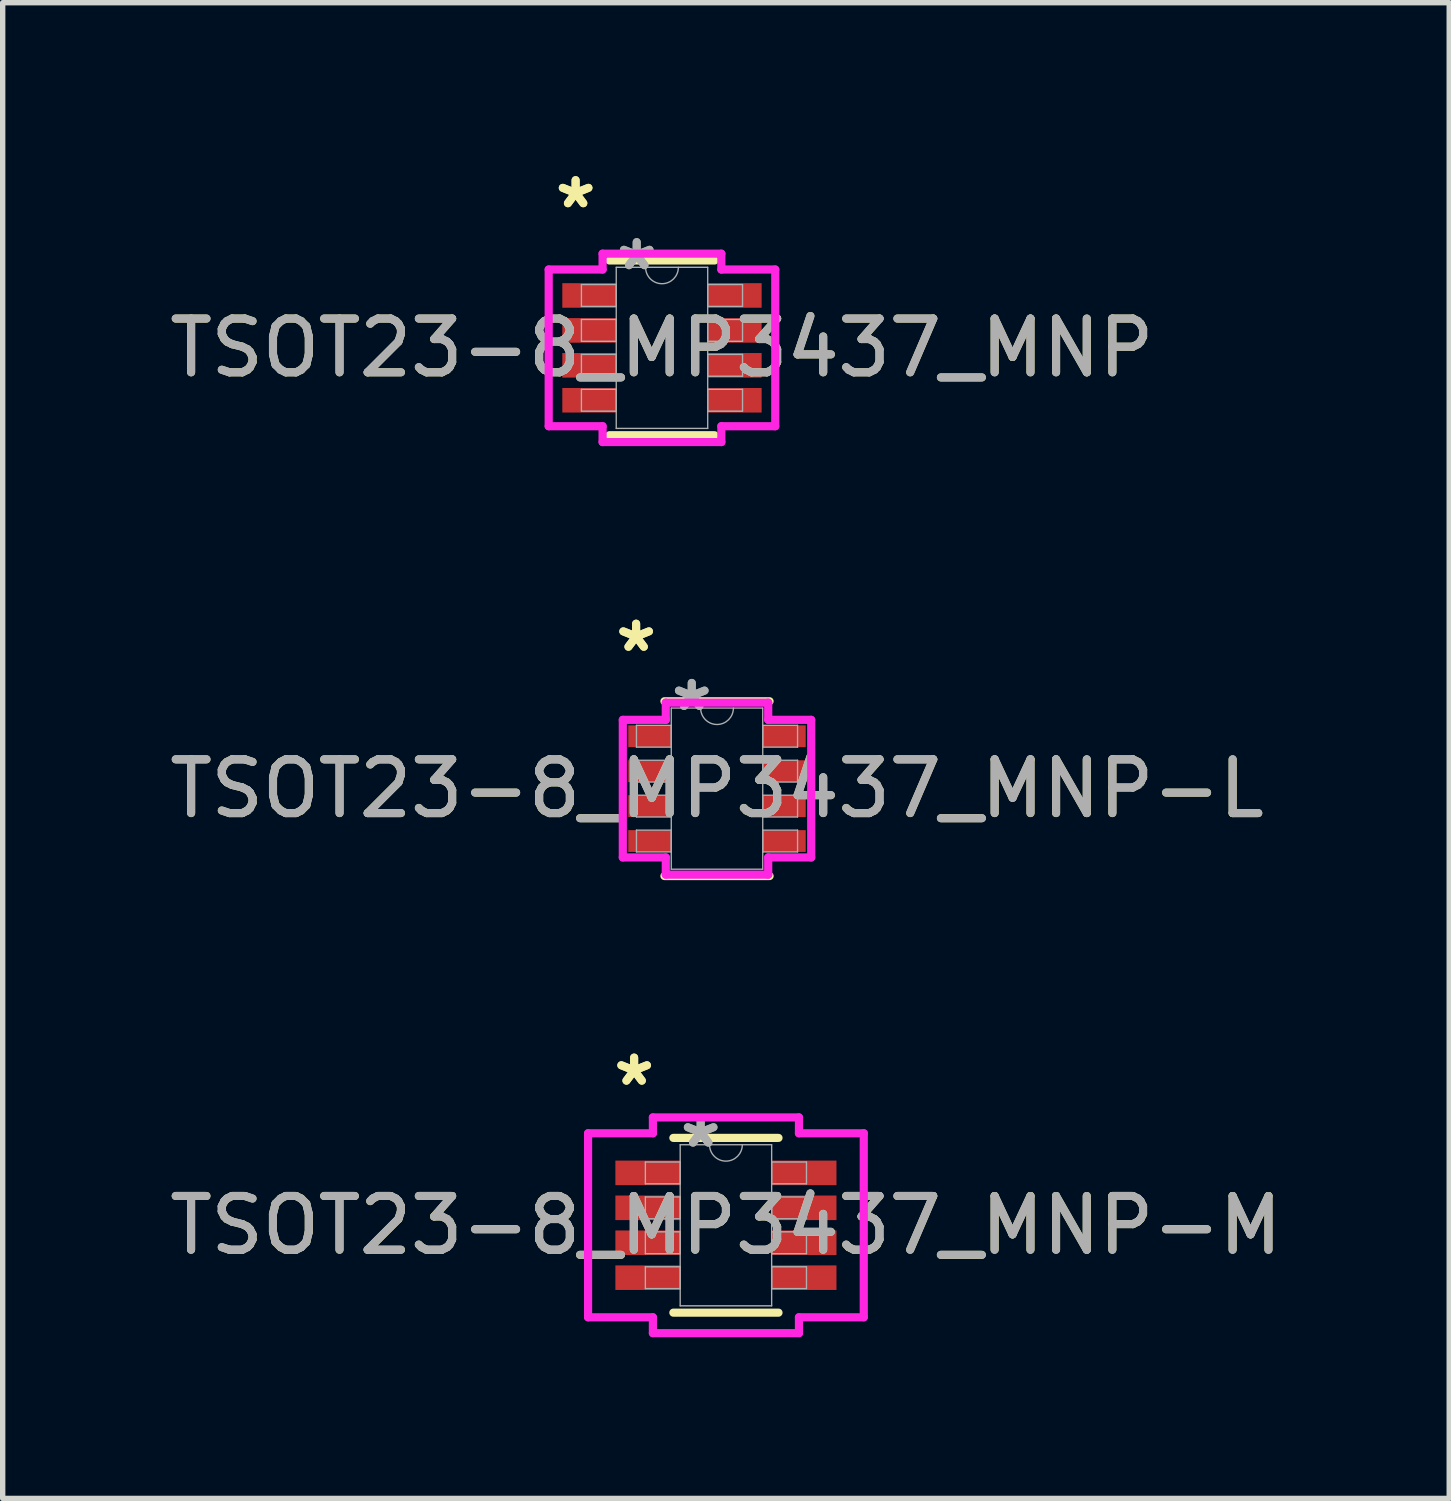
<source format=kicad_pcb>
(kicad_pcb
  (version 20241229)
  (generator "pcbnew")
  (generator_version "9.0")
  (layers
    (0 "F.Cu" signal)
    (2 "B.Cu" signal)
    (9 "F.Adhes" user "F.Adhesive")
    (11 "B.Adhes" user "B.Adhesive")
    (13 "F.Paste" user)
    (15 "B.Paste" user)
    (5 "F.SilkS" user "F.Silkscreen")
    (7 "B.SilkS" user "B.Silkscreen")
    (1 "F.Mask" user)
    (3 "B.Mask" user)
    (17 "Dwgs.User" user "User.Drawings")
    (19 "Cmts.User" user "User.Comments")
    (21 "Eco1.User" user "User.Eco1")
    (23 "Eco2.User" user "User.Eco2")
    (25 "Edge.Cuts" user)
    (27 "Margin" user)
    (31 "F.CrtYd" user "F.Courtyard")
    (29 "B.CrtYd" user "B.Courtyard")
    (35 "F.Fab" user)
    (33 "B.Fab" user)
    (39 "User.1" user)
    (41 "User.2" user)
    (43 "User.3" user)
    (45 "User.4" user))
  (footprint "TSOT23-8_MP3437_MNP-M"
    (layer "F.Cu")
    (at 10.458 19.75)
    (property "Reference" "TSOT23-8_MP3437_MNP-M" (at 0 0 0) (unlocked yes) (layer "F.SilkS") (effects (font (size 1 1) (thickness 0.15))))
    (attr smd)
    (fp_line (start -0.978 1.626) (end 0.978 1.626) (stroke (width 0.152) (type solid)) (layer "F.SilkS"))
    (fp_line (start 0.978 -1.626) (end -0.978 -1.626) (stroke (width 0.152) (type solid)) (layer "F.SilkS"))
    (fp_line (start -2.565 -1.712) (end -1.359 -1.712) (stroke (width 0.152) (type solid)) (layer "F.CrtYd"))
    (fp_line (start -2.565 1.712) (end -2.565 -1.712) (stroke (width 0.152) (type solid)) (layer "F.CrtYd"))
    (fp_line (start -2.565 1.712) (end -1.359 1.712) (stroke (width 0.152) (type solid)) (layer "F.CrtYd"))
    (fp_line (start -1.359 -2.007) (end 1.359 -2.007) (stroke (width 0.152) (type solid)) (layer "F.CrtYd"))
    (fp_line (start -1.359 -1.712) (end -1.359 -2.007) (stroke (width 0.152) (type solid)) (layer "F.CrtYd"))
    (fp_line (start -1.359 2.007) (end -1.359 1.712) (stroke (width 0.152) (type solid)) (layer "F.CrtYd"))
    (fp_line (start 1.359 -2.007) (end 1.359 -1.712) (stroke (width 0.152) (type solid)) (layer "F.CrtYd"))
    (fp_line (start 1.359 1.712) (end 1.359 2.007) (stroke (width 0.152) (type solid)) (layer "F.CrtYd"))
    (fp_line (start 1.359 2.007) (end -1.359 2.007) (stroke (width 0.152) (type solid)) (layer "F.CrtYd"))
    (fp_line (start 2.565 -1.712) (end 1.359 -1.712) (stroke (width 0.152) (type solid)) (layer "F.CrtYd"))
    (fp_line (start 2.565 -1.712) (end 2.565 1.712) (stroke (width 0.152) (type solid)) (layer "F.CrtYd"))
    (fp_line (start 2.565 1.712) (end 1.359 1.712) (stroke (width 0.152) (type solid)) (layer "F.CrtYd"))
    (fp_line (start -1.499 -1.178) (end -1.499 -0.772) (stroke (width 0.025) (type solid)) (layer "F.Fab"))
    (fp_line (start -1.499 -0.772) (end -0.851 -0.772) (stroke (width 0.025) (type solid)) (layer "F.Fab"))
    (fp_line (start -1.499 -0.528) (end -1.499 -0.122) (stroke (width 0.025) (type solid)) (layer "F.Fab"))
    (fp_line (start -1.499 -0.122) (end -0.851 -0.122) (stroke (width 0.025) (type solid)) (layer "F.Fab"))
    (fp_line (start -1.499 0.122) (end -1.499 0.528) (stroke (width 0.025) (type solid)) (layer "F.Fab"))
    (fp_line (start -1.499 0.528) (end -0.851 0.528) (stroke (width 0.025) (type solid)) (layer "F.Fab"))
    (fp_line (start -1.499 0.772) (end -1.499 1.178) (stroke (width 0.025) (type solid)) (layer "F.Fab"))
    (fp_line (start -1.499 1.178) (end -0.851 1.178) (stroke (width 0.025) (type solid)) (layer "F.Fab"))
    (fp_line (start -0.851 -1.499) (end -0.851 1.499) (stroke (width 0.025) (type solid)) (layer "F.Fab"))
    (fp_line (start -0.851 -1.178) (end -1.499 -1.178) (stroke (width 0.025) (type solid)) (layer "F.Fab"))
    (fp_line (start -0.851 -0.772) (end -0.851 -1.178) (stroke (width 0.025) (type solid)) (layer "F.Fab"))
    (fp_line (start -0.851 -0.528) (end -1.499 -0.528) (stroke (width 0.025) (type solid)) (layer "F.Fab"))
    (fp_line (start -0.851 -0.122) (end -0.851 -0.528) (stroke (width 0.025) (type solid)) (layer "F.Fab"))
    (fp_line (start -0.851 0.122) (end -1.499 0.122) (stroke (width 0.025) (type solid)) (layer "F.Fab"))
    (fp_line (start -0.851 0.528) (end -0.851 0.122) (stroke (width 0.025) (type solid)) (layer "F.Fab"))
    (fp_line (start -0.851 0.772) (end -1.499 0.772) (stroke (width 0.025) (type solid)) (layer "F.Fab"))
    (fp_line (start -0.851 1.178) (end -0.851 0.772) (stroke (width 0.025) (type solid)) (layer "F.Fab"))
    (fp_line (start -0.851 1.499) (end 0.851 1.499) (stroke (width 0.025) (type solid)) (layer "F.Fab"))
    (fp_line (start 0.851 -1.499) (end -0.851 -1.499) (stroke (width 0.025) (type solid)) (layer "F.Fab"))
    (fp_line (start 0.851 -1.178) (end 0.851 -0.772) (stroke (width 0.025) (type solid)) (layer "F.Fab"))
    (fp_line (start 0.851 -0.772) (end 1.499 -0.772) (stroke (width 0.025) (type solid)) (layer "F.Fab"))
    (fp_line (start 0.851 -0.528) (end 0.851 -0.122) (stroke (width 0.025) (type solid)) (layer "F.Fab"))
    (fp_line (start 0.851 -0.122) (end 1.499 -0.122) (stroke (width 0.025) (type solid)) (layer "F.Fab"))
    (fp_line (start 0.851 0.122) (end 0.851 0.528) (stroke (width 0.025) (type solid)) (layer "F.Fab"))
    (fp_line (start 0.851 0.528) (end 1.499 0.528) (stroke (width 0.025) (type solid)) (layer "F.Fab"))
    (fp_line (start 0.851 0.772) (end 0.851 1.178) (stroke (width 0.025) (type solid)) (layer "F.Fab"))
    (fp_line (start 0.851 1.178) (end 1.499 1.178) (stroke (width 0.025) (type solid)) (layer "F.Fab"))
    (fp_line (start 0.851 1.499) (end 0.851 -1.499) (stroke (width 0.025) (type solid)) (layer "F.Fab"))
    (fp_line (start 1.499 -1.178) (end 0.851 -1.178) (stroke (width 0.025) (type solid)) (layer "F.Fab"))
    (fp_line (start 1.499 -0.772) (end 1.499 -1.178) (stroke (width 0.025) (type solid)) (layer "F.Fab"))
    (fp_line (start 1.499 -0.528) (end 0.851 -0.528) (stroke (width 0.025) (type solid)) (layer "F.Fab"))
    (fp_line (start 1.499 -0.122) (end 1.499 -0.528) (stroke (width 0.025) (type solid)) (layer "F.Fab"))
    (fp_line (start 1.499 0.122) (end 0.851 0.122) (stroke (width 0.025) (type solid)) (layer "F.Fab"))
    (fp_line (start 1.499 0.528) (end 1.499 0.122) (stroke (width 0.025) (type solid)) (layer "F.Fab"))
    (fp_line (start 1.499 0.772) (end 0.851 0.772) (stroke (width 0.025) (type solid)) (layer "F.Fab"))
    (fp_line (start 1.499 1.178) (end 1.499 0.772) (stroke (width 0.025) (type solid)) (layer "F.Fab"))
    (fp_arc (start 0.3048 -1.4986) (mid 0 -1.1938) (end -0.3048 -1.4986) (stroke (width 0.0254) (type solid)) (layer "F.Fab"))
    (fp_text user "*" (at -1.708 -2.575 0) (unlocked yes) (layer "F.SilkS") (effects (font (size 1 1) (thickness 0.15))))
    (fp_text user "*" (at -1.708 -2.575 0) (layer "F.SilkS") (effects (font (size 1 1) (thickness 0.15))))
    (fp_text user "*" (at -0.47 -1.422 0) (unlocked yes) (layer "F.Fab") (effects (font (size 1 1) (thickness 0.15))))
    (fp_text user "*" (at -0.47 -1.422 0) (layer "F.Fab") (effects (font (size 1 1) (thickness 0.15))))
    (fp_text user "${REFERENCE}" (at 0 0 0) (unlocked yes) (layer "F.Fab") (effects (font (size 1 1) (thickness 0.15))))
    (pad "1" smd rect (at -1.454 -0.975) (size 1.206 0.457) (layers "F.Cu" "F.Mask" "F.Paste"))
    (pad "2" smd rect (at -1.454 -0.325) (size 1.206 0.457) (layers "F.Cu" "F.Mask" "F.Paste"))
    (pad "3" smd rect (at -1.454 0.325) (size 1.206 0.457) (layers "F.Cu" "F.Mask" "F.Paste"))
    (pad "4" smd rect (at -1.454 0.975) (size 1.206 0.457) (layers "F.Cu" "F.Mask" "F.Paste"))
    (pad "5" smd rect (at 1.454 0.975) (size 1.206 0.457) (layers "F.Cu" "F.Mask" "F.Paste"))
    (pad "6" smd rect (at 1.454 0.325) (size 1.206 0.457) (layers "F.Cu" "F.Mask" "F.Paste"))
    (pad "7" smd rect (at 1.454 -0.325) (size 1.206 0.457) (layers "F.Cu" "F.Mask" "F.Paste"))
    (pad "8" smd rect (at 1.454 -0.975) (size 1.206 0.457) (layers "F.Cu" "F.Mask" "F.Paste")))
  (footprint "TSOT23-8_MP3437_MNP"
    (layer "F.Cu")
    (at 9.268 3.423)
    (property "Reference" "TSOT23-8_MP3437_MNP" (at 0 0 0) (unlocked yes) (layer "F.SilkS") (effects (font (size 1 1) (thickness 0.15))))
    (attr smd)
    (fp_line (start -0.978 1.626) (end 0.978 1.626) (stroke (width 0.152) (type solid)) (layer "F.SilkS"))
    (fp_line (start 0.978 -1.626) (end -0.978 -1.626) (stroke (width 0.152) (type solid)) (layer "F.SilkS"))
    (fp_line (start -2.108 -1.458) (end -1.105 -1.458) (stroke (width 0.152) (type solid)) (layer "F.CrtYd"))
    (fp_line (start -2.108 1.458) (end -2.108 -1.458) (stroke (width 0.152) (type solid)) (layer "F.CrtYd"))
    (fp_line (start -2.108 1.458) (end -1.105 1.458) (stroke (width 0.152) (type solid)) (layer "F.CrtYd"))
    (fp_line (start -1.105 -1.753) (end 1.105 -1.753) (stroke (width 0.152) (type solid)) (layer "F.CrtYd"))
    (fp_line (start -1.105 -1.458) (end -1.105 -1.753) (stroke (width 0.152) (type solid)) (layer "F.CrtYd"))
    (fp_line (start -1.105 1.753) (end -1.105 1.458) (stroke (width 0.152) (type solid)) (layer "F.CrtYd"))
    (fp_line (start 1.105 -1.753) (end 1.105 -1.458) (stroke (width 0.152) (type solid)) (layer "F.CrtYd"))
    (fp_line (start 1.105 1.458) (end 1.105 1.753) (stroke (width 0.152) (type solid)) (layer "F.CrtYd"))
    (fp_line (start 1.105 1.753) (end -1.105 1.753) (stroke (width 0.152) (type solid)) (layer "F.CrtYd"))
    (fp_line (start 2.108 -1.458) (end 1.105 -1.458) (stroke (width 0.152) (type solid)) (layer "F.CrtYd"))
    (fp_line (start 2.108 -1.458) (end 2.108 1.458) (stroke (width 0.152) (type solid)) (layer "F.CrtYd"))
    (fp_line (start 2.108 1.458) (end 1.105 1.458) (stroke (width 0.152) (type solid)) (layer "F.CrtYd"))
    (fp_line (start -1.499 -1.178) (end -1.499 -0.772) (stroke (width 0.025) (type solid)) (layer "F.Fab"))
    (fp_line (start -1.499 -0.772) (end -0.851 -0.772) (stroke (width 0.025) (type solid)) (layer "F.Fab"))
    (fp_line (start -1.499 -0.528) (end -1.499 -0.122) (stroke (width 0.025) (type solid)) (layer "F.Fab"))
    (fp_line (start -1.499 -0.122) (end -0.851 -0.122) (stroke (width 0.025) (type solid)) (layer "F.Fab"))
    (fp_line (start -1.499 0.122) (end -1.499 0.528) (stroke (width 0.025) (type solid)) (layer "F.Fab"))
    (fp_line (start -1.499 0.528) (end -0.851 0.528) (stroke (width 0.025) (type solid)) (layer "F.Fab"))
    (fp_line (start -1.499 0.772) (end -1.499 1.178) (stroke (width 0.025) (type solid)) (layer "F.Fab"))
    (fp_line (start -1.499 1.178) (end -0.851 1.178) (stroke (width 0.025) (type solid)) (layer "F.Fab"))
    (fp_line (start -0.851 -1.499) (end -0.851 1.499) (stroke (width 0.025) (type solid)) (layer "F.Fab"))
    (fp_line (start -0.851 -1.178) (end -1.499 -1.178) (stroke (width 0.025) (type solid)) (layer "F.Fab"))
    (fp_line (start -0.851 -0.772) (end -0.851 -1.178) (stroke (width 0.025) (type solid)) (layer "F.Fab"))
    (fp_line (start -0.851 -0.528) (end -1.499 -0.528) (stroke (width 0.025) (type solid)) (layer "F.Fab"))
    (fp_line (start -0.851 -0.122) (end -0.851 -0.528) (stroke (width 0.025) (type solid)) (layer "F.Fab"))
    (fp_line (start -0.851 0.122) (end -1.499 0.122) (stroke (width 0.025) (type solid)) (layer "F.Fab"))
    (fp_line (start -0.851 0.528) (end -0.851 0.122) (stroke (width 0.025) (type solid)) (layer "F.Fab"))
    (fp_line (start -0.851 0.772) (end -1.499 0.772) (stroke (width 0.025) (type solid)) (layer "F.Fab"))
    (fp_line (start -0.851 1.178) (end -0.851 0.772) (stroke (width 0.025) (type solid)) (layer "F.Fab"))
    (fp_line (start -0.851 1.499) (end 0.851 1.499) (stroke (width 0.025) (type solid)) (layer "F.Fab"))
    (fp_line (start 0.851 -1.499) (end -0.851 -1.499) (stroke (width 0.025) (type solid)) (layer "F.Fab"))
    (fp_line (start 0.851 -1.178) (end 0.851 -0.772) (stroke (width 0.025) (type solid)) (layer "F.Fab"))
    (fp_line (start 0.851 -0.772) (end 1.499 -0.772) (stroke (width 0.025) (type solid)) (layer "F.Fab"))
    (fp_line (start 0.851 -0.528) (end 0.851 -0.122) (stroke (width 0.025) (type solid)) (layer "F.Fab"))
    (fp_line (start 0.851 -0.122) (end 1.499 -0.122) (stroke (width 0.025) (type solid)) (layer "F.Fab"))
    (fp_line (start 0.851 0.122) (end 0.851 0.528) (stroke (width 0.025) (type solid)) (layer "F.Fab"))
    (fp_line (start 0.851 0.528) (end 1.499 0.528) (stroke (width 0.025) (type solid)) (layer "F.Fab"))
    (fp_line (start 0.851 0.772) (end 0.851 1.178) (stroke (width 0.025) (type solid)) (layer "F.Fab"))
    (fp_line (start 0.851 1.178) (end 1.499 1.178) (stroke (width 0.025) (type solid)) (layer "F.Fab"))
    (fp_line (start 0.851 1.499) (end 0.851 -1.499) (stroke (width 0.025) (type solid)) (layer "F.Fab"))
    (fp_line (start 1.499 -1.178) (end 0.851 -1.178) (stroke (width 0.025) (type solid)) (layer "F.Fab"))
    (fp_line (start 1.499 -0.772) (end 1.499 -1.178) (stroke (width 0.025) (type solid)) (layer "F.Fab"))
    (fp_line (start 1.499 -0.528) (end 0.851 -0.528) (stroke (width 0.025) (type solid)) (layer "F.Fab"))
    (fp_line (start 1.499 -0.122) (end 1.499 -0.528) (stroke (width 0.025) (type solid)) (layer "F.Fab"))
    (fp_line (start 1.499 0.122) (end 0.851 0.122) (stroke (width 0.025) (type solid)) (layer "F.Fab"))
    (fp_line (start 1.499 0.528) (end 1.499 0.122) (stroke (width 0.025) (type solid)) (layer "F.Fab"))
    (fp_line (start 1.499 0.772) (end 0.851 0.772) (stroke (width 0.025) (type solid)) (layer "F.Fab"))
    (fp_line (start 1.499 1.178) (end 1.499 0.772) (stroke (width 0.025) (type solid)) (layer "F.Fab"))
    (fp_arc (start 0.3048 -1.4986) (mid 0 -1.1938) (end -0.3048 -1.4986) (stroke (width 0.0254) (type solid)) (layer "F.Fab"))
    (fp_text user "*" (at -1.607 -2.575 0) (unlocked yes) (layer "F.SilkS") (effects (font (size 1 1) (thickness 0.15))))
    (fp_text user "*" (at -1.607 -2.575 0) (layer "F.SilkS") (effects (font (size 1 1) (thickness 0.15))))
    (fp_text user "*" (at -0.47 -1.422 0) (unlocked yes) (layer "F.Fab") (effects (font (size 1 1) (thickness 0.15))))
    (fp_text user "${REFERENCE}" (at 0 0 0) (unlocked yes) (layer "F.Fab") (effects (font (size 1 1) (thickness 0.15))))
    (fp_text user "*" (at -0.47 -1.422 0) (layer "F.Fab") (effects (font (size 1 1) (thickness 0.15))))
    (pad "1" smd rect (at -1.353 -0.975) (size 1.003 0.457) (layers "F.Cu" "F.Mask" "F.Paste"))
    (pad "2" smd rect (at -1.353 -0.325) (size 1.003 0.457) (layers "F.Cu" "F.Mask" "F.Paste"))
    (pad "3" smd rect (at -1.353 0.325) (size 1.003 0.457) (layers "F.Cu" "F.Mask" "F.Paste"))
    (pad "4" smd rect (at -1.353 0.975) (size 1.003 0.457) (layers "F.Cu" "F.Mask" "F.Paste"))
    (pad "5" smd rect (at 1.353 0.975) (size 1.003 0.457) (layers "F.Cu" "F.Mask" "F.Paste"))
    (pad "6" smd rect (at 1.353 0.325) (size 1.003 0.457) (layers "F.Cu" "F.Mask" "F.Paste"))
    (pad "7" smd rect (at 1.353 -0.325) (size 1.003 0.457) (layers "F.Cu" "F.Mask" "F.Paste"))
    (pad "8" smd rect (at 1.353 -0.975) (size 1.003 0.457) (layers "F.Cu" "F.Mask" "F.Paste")))
  (footprint "TSOT23-8_MP3437_MNP-L"
    (layer "F.Cu")
    (at 10.292 11.625)
    (property "Reference" "TSOT23-8_MP3437_MNP-L" (at 0 0 0) (unlocked yes) (layer "F.SilkS") (effects (font (size 1 1) (thickness 0.15))))
    (attr smd)
    (fp_line (start -0.978 1.626) (end 0.978 1.626) (stroke (width 0.152) (type solid)) (layer "F.SilkS"))
    (fp_line (start 0.978 -1.626) (end -0.978 -1.626) (stroke (width 0.152) (type solid)) (layer "F.SilkS"))
    (fp_line (start -1.753 -1.28) (end -0.953 -1.28) (stroke (width 0.152) (type solid)) (layer "F.CrtYd"))
    (fp_line (start -1.753 1.28) (end -1.753 -1.28) (stroke (width 0.152) (type solid)) (layer "F.CrtYd"))
    (fp_line (start -1.753 1.28) (end -0.953 1.28) (stroke (width 0.152) (type solid)) (layer "F.CrtYd"))
    (fp_line (start -0.953 -1.6) (end 0.953 -1.6) (stroke (width 0.152) (type solid)) (layer "F.CrtYd"))
    (fp_line (start -0.953 -1.28) (end -0.953 -1.6) (stroke (width 0.152) (type solid)) (layer "F.CrtYd"))
    (fp_line (start -0.953 1.6) (end -0.953 1.28) (stroke (width 0.152) (type solid)) (layer "F.CrtYd"))
    (fp_line (start 0.953 -1.6) (end 0.953 -1.28) (stroke (width 0.152) (type solid)) (layer "F.CrtYd"))
    (fp_line (start 0.953 1.28) (end 0.953 1.6) (stroke (width 0.152) (type solid)) (layer "F.CrtYd"))
    (fp_line (start 0.953 1.6) (end -0.953 1.6) (stroke (width 0.152) (type solid)) (layer "F.CrtYd"))
    (fp_line (start 1.753 -1.28) (end 0.953 -1.28) (stroke (width 0.152) (type solid)) (layer "F.CrtYd"))
    (fp_line (start 1.753 -1.28) (end 1.753 1.28) (stroke (width 0.152) (type solid)) (layer "F.CrtYd"))
    (fp_line (start 1.753 1.28) (end 0.953 1.28) (stroke (width 0.152) (type solid)) (layer "F.CrtYd"))
    (fp_line (start -1.499 -1.178) (end -1.499 -0.772) (stroke (width 0.025) (type solid)) (layer "F.Fab"))
    (fp_line (start -1.499 -0.772) (end -0.851 -0.772) (stroke (width 0.025) (type solid)) (layer "F.Fab"))
    (fp_line (start -1.499 -0.528) (end -1.499 -0.122) (stroke (width 0.025) (type solid)) (layer "F.Fab"))
    (fp_line (start -1.499 -0.122) (end -0.851 -0.122) (stroke (width 0.025) (type solid)) (layer "F.Fab"))
    (fp_line (start -1.499 0.122) (end -1.499 0.528) (stroke (width 0.025) (type solid)) (layer "F.Fab"))
    (fp_line (start -1.499 0.528) (end -0.851 0.528) (stroke (width 0.025) (type solid)) (layer "F.Fab"))
    (fp_line (start -1.499 0.772) (end -1.499 1.178) (stroke (width 0.025) (type solid)) (layer "F.Fab"))
    (fp_line (start -1.499 1.178) (end -0.851 1.178) (stroke (width 0.025) (type solid)) (layer "F.Fab"))
    (fp_line (start -0.851 -1.499) (end -0.851 1.499) (stroke (width 0.025) (type solid)) (layer "F.Fab"))
    (fp_line (start -0.851 -1.178) (end -1.499 -1.178) (stroke (width 0.025) (type solid)) (layer "F.Fab"))
    (fp_line (start -0.851 -0.772) (end -0.851 -1.178) (stroke (width 0.025) (type solid)) (layer "F.Fab"))
    (fp_line (start -0.851 -0.528) (end -1.499 -0.528) (stroke (width 0.025) (type solid)) (layer "F.Fab"))
    (fp_line (start -0.851 -0.122) (end -0.851 -0.528) (stroke (width 0.025) (type solid)) (layer "F.Fab"))
    (fp_line (start -0.851 0.122) (end -1.499 0.122) (stroke (width 0.025) (type solid)) (layer "F.Fab"))
    (fp_line (start -0.851 0.528) (end -0.851 0.122) (stroke (width 0.025) (type solid)) (layer "F.Fab"))
    (fp_line (start -0.851 0.772) (end -1.499 0.772) (stroke (width 0.025) (type solid)) (layer "F.Fab"))
    (fp_line (start -0.851 1.178) (end -0.851 0.772) (stroke (width 0.025) (type solid)) (layer "F.Fab"))
    (fp_line (start -0.851 1.499) (end 0.851 1.499) (stroke (width 0.025) (type solid)) (layer "F.Fab"))
    (fp_line (start 0.851 -1.499) (end -0.851 -1.499) (stroke (width 0.025) (type solid)) (layer "F.Fab"))
    (fp_line (start 0.851 -1.178) (end 0.851 -0.772) (stroke (width 0.025) (type solid)) (layer "F.Fab"))
    (fp_line (start 0.851 -0.772) (end 1.499 -0.772) (stroke (width 0.025) (type solid)) (layer "F.Fab"))
    (fp_line (start 0.851 -0.528) (end 0.851 -0.122) (stroke (width 0.025) (type solid)) (layer "F.Fab"))
    (fp_line (start 0.851 -0.122) (end 1.499 -0.122) (stroke (width 0.025) (type solid)) (layer "F.Fab"))
    (fp_line (start 0.851 0.122) (end 0.851 0.528) (stroke (width 0.025) (type solid)) (layer "F.Fab"))
    (fp_line (start 0.851 0.528) (end 1.499 0.528) (stroke (width 0.025) (type solid)) (layer "F.Fab"))
    (fp_line (start 0.851 0.772) (end 0.851 1.178) (stroke (width 0.025) (type solid)) (layer "F.Fab"))
    (fp_line (start 0.851 1.178) (end 1.499 1.178) (stroke (width 0.025) (type solid)) (layer "F.Fab"))
    (fp_line (start 0.851 1.499) (end 0.851 -1.499) (stroke (width 0.025) (type solid)) (layer "F.Fab"))
    (fp_line (start 1.499 -1.178) (end 0.851 -1.178) (stroke (width 0.025) (type solid)) (layer "F.Fab"))
    (fp_line (start 1.499 -0.772) (end 1.499 -1.178) (stroke (width 0.025) (type solid)) (layer "F.Fab"))
    (fp_line (start 1.499 -0.528) (end 0.851 -0.528) (stroke (width 0.025) (type solid)) (layer "F.Fab"))
    (fp_line (start 1.499 -0.122) (end 1.499 -0.528) (stroke (width 0.025) (type solid)) (layer "F.Fab"))
    (fp_line (start 1.499 0.122) (end 0.851 0.122) (stroke (width 0.025) (type solid)) (layer "F.Fab"))
    (fp_line (start 1.499 0.528) (end 1.499 0.122) (stroke (width 0.025) (type solid)) (layer "F.Fab"))
    (fp_line (start 1.499 0.772) (end 0.851 0.772) (stroke (width 0.025) (type solid)) (layer "F.Fab"))
    (fp_line (start 1.499 1.178) (end 1.499 0.772) (stroke (width 0.025) (type solid)) (layer "F.Fab"))
    (fp_arc (start 0.3048 -1.4986) (mid 0 -1.1938) (end -0.3048 -1.4986) (stroke (width 0.0254) (type solid)) (layer "F.Fab"))
    (fp_text user "*" (at -1.505 -2.524 0) (layer "F.SilkS") (effects (font (size 1 1) (thickness 0.15))))
    (fp_text user "*" (at -1.505 -2.524 0) (unlocked yes) (layer "F.SilkS") (effects (font (size 1 1) (thickness 0.15))))
    (fp_text user "${REFERENCE}" (at 0 0 0) (unlocked yes) (layer "F.Fab") (effects (font (size 1 1) (thickness 0.15))))
    (fp_text user "*" (at -0.47 -1.422 0) (unlocked yes) (layer "F.Fab") (effects (font (size 1 1) (thickness 0.15))))
    (fp_text user "*" (at -0.47 -1.422 0) (layer "F.Fab") (effects (font (size 1 1) (thickness 0.15))))
    (pad "1" smd rect (at -1.251 -0.975) (size 0.8 0.406) (layers "F.Cu" "F.Mask" "F.Paste"))
    (pad "2" smd rect (at -1.251 -0.325) (size 0.8 0.406) (layers "F.Cu" "F.Mask" "F.Paste"))
    (pad "3" smd rect (at -1.251 0.325) (size 0.8 0.406) (layers "F.Cu" "F.Mask" "F.Paste"))
    (pad "4" smd rect (at -1.251 0.975) (size 0.8 0.406) (layers "F.Cu" "F.Mask" "F.Paste"))
    (pad "5" smd rect (at 1.251 0.975) (size 0.8 0.406) (layers "F.Cu" "F.Mask" "F.Paste"))
    (pad "6" smd rect (at 1.251 0.325) (size 0.8 0.406) (layers "F.Cu" "F.Mask" "F.Paste"))
    (pad "7" smd rect (at 1.251 -0.325) (size 0.8 0.406) (layers "F.Cu" "F.Mask" "F.Paste"))
    (pad "8" smd rect (at 1.251 -0.975) (size 0.8 0.406) (layers "F.Cu" "F.Mask" "F.Paste")))
  (gr_rect
    (start -3 -3)
    (end 23.917 24.833)
    (stroke (width 0.1) (type default))
    (fill no)
    (layer "Edge.Cuts")))
</source>
